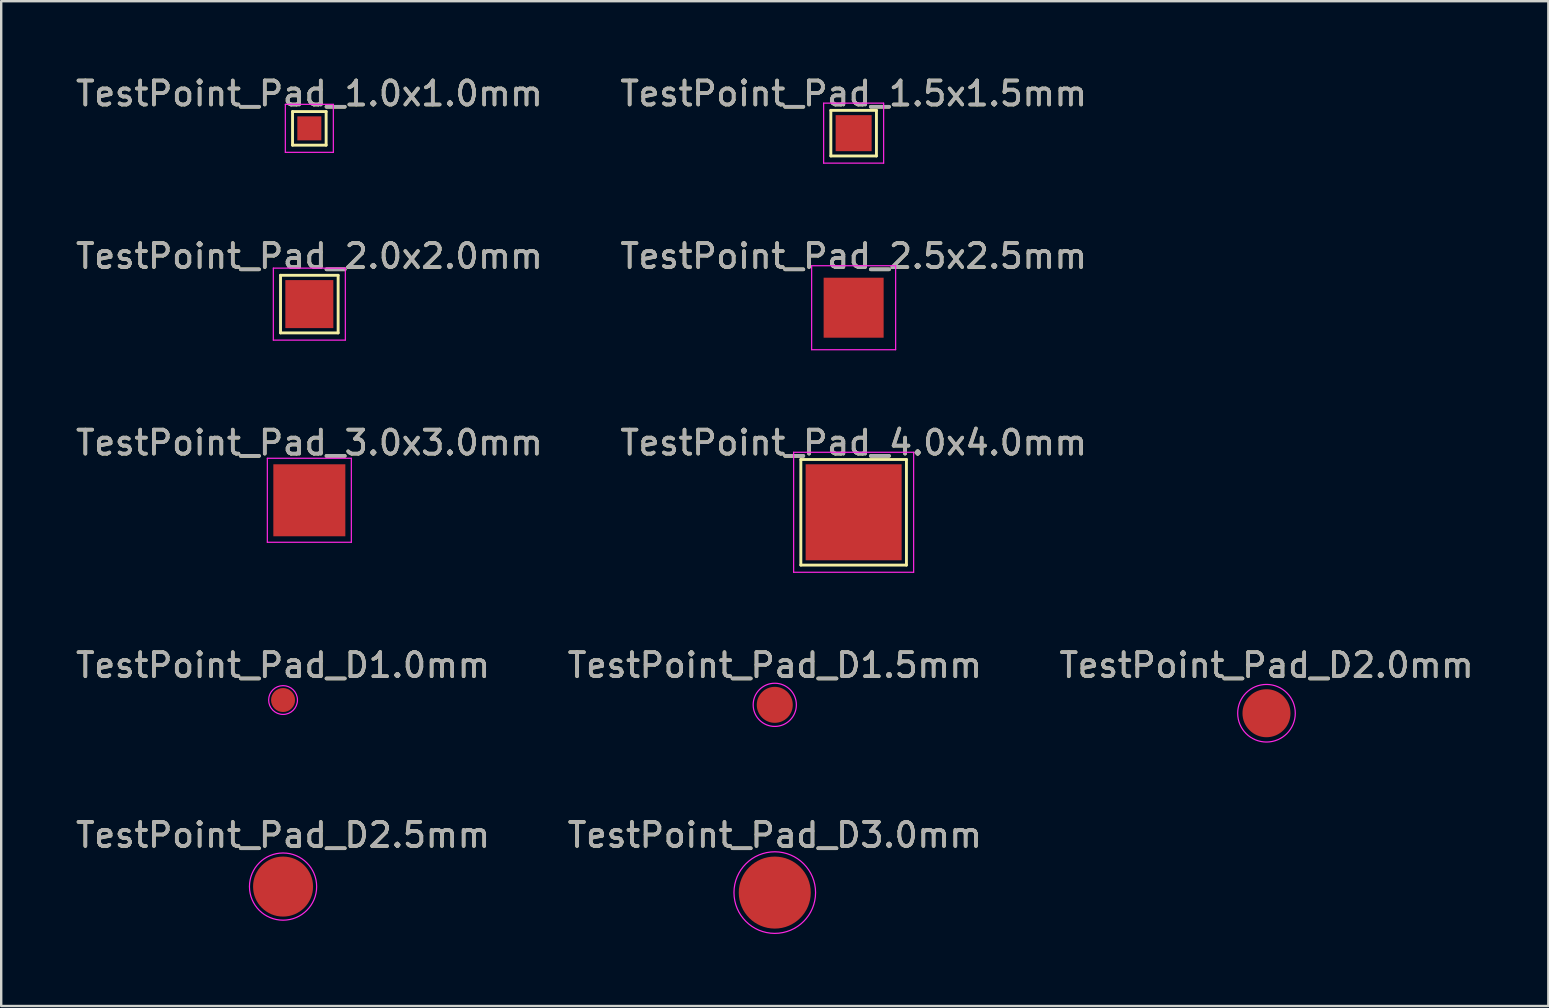
<source format=kicad_pcb>
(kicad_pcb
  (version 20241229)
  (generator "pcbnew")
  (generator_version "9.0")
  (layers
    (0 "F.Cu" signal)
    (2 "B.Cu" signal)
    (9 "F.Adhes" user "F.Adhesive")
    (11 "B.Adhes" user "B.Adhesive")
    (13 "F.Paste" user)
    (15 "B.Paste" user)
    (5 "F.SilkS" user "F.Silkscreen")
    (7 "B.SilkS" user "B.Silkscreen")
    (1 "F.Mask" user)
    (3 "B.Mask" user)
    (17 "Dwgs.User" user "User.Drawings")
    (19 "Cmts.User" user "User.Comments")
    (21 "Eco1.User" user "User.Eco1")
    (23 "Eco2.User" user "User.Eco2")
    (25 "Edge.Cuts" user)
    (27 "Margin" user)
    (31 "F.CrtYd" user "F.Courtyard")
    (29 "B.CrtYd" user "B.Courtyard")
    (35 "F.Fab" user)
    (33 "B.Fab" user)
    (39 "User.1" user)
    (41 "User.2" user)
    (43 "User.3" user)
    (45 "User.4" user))
  (footprint "TestPoint_Pad_1.0x1.0mm"
    (layer "F.Cu")
    (at 9.839 2.298)
    (property "Reference" "TestPoint_Pad_1.0x1.0mm" (at 0 -1.448 0) (layer "F.SilkS") (effects (font (size 1 1) (thickness 0.15))))
    (attr exclude_from_pos_files exclude_from_bom)
    (fp_line (start -0.7 -0.7) (end 0.7 -0.7) (stroke (width 0.12) (type solid)) (layer "F.SilkS"))
    (fp_line (start -0.7 0.7) (end -0.7 -0.7) (stroke (width 0.12) (type solid)) (layer "F.SilkS"))
    (fp_line (start 0.7 -0.7) (end 0.7 0.7) (stroke (width 0.12) (type solid)) (layer "F.SilkS"))
    (fp_line (start 0.7 0.7) (end -0.7 0.7) (stroke (width 0.12) (type solid)) (layer "F.SilkS"))
    (fp_line (start -1 -1) (end -1 1) (stroke (width 0.05) (type solid)) (layer "F.CrtYd"))
    (fp_line (start -1 -1) (end 1 -1) (stroke (width 0.05) (type solid)) (layer "F.CrtYd"))
    (fp_line (start 1 1) (end -1 1) (stroke (width 0.05) (type solid)) (layer "F.CrtYd"))
    (fp_line (start 1 1) (end 1 -1) (stroke (width 0.05) (type solid)) (layer "F.CrtYd"))
    (fp_text user "${REFERENCE}" (at 0 -1.45 0) (layer "F.Fab") (effects (font (size 1 1) (thickness 0.15))))
    (pad "1" smd rect (at 0 0) (size 1 1) (layers "F.Cu" "F.Mask")))
  (footprint "TestPoint_Pad_D2.5mm"
    (layer "F.Cu")
    (at 8.744 33.891)
    (property "Reference" "TestPoint_Pad_D2.5mm" (at 0 -2.148 0) (layer "F.SilkS") (effects (font (size 1 1) (thickness 0.15))))
    (attr exclude_from_pos_files exclude_from_bom)
    (fp_circle (center 0 0) (end 1.4 0) (stroke (width 0.05) (type solid)) (fill no) (layer "F.CrtYd"))
    (fp_text user "${REFERENCE}" (at 0 -2.15 0) (layer "F.Fab") (effects (font (size 1 1) (thickness 0.15))))
    (pad "1" smd circle (at 0 0) (size 2.5 2.5) (layers "F.Cu" "F.Mask")))
  (footprint "TestPoint_Pad_2.0x2.0mm"
    (layer "F.Cu")
    (at 9.839 9.621)
    (property "Reference" "TestPoint_Pad_2.0x2.0mm" (at 0 -1.998 0) (layer "F.SilkS") (effects (font (size 1 1) (thickness 0.15))))
    (attr exclude_from_pos_files exclude_from_bom)
    (fp_line (start -1.2 -1.2) (end 1.2 -1.2) (stroke (width 0.12) (type solid)) (layer "F.SilkS"))
    (fp_line (start -1.2 1.2) (end -1.2 -1.2) (stroke (width 0.12) (type solid)) (layer "F.SilkS"))
    (fp_line (start 1.2 -1.2) (end 1.2 1.2) (stroke (width 0.12) (type solid)) (layer "F.SilkS"))
    (fp_line (start 1.2 1.2) (end -1.2 1.2) (stroke (width 0.12) (type solid)) (layer "F.SilkS"))
    (fp_line (start -1.5 -1.5) (end -1.5 1.5) (stroke (width 0.05) (type solid)) (layer "F.CrtYd"))
    (fp_line (start -1.5 -1.5) (end 1.5 -1.5) (stroke (width 0.05) (type solid)) (layer "F.CrtYd"))
    (fp_line (start 1.5 1.5) (end -1.5 1.5) (stroke (width 0.05) (type solid)) (layer "F.CrtYd"))
    (fp_line (start 1.5 1.5) (end 1.5 -1.5) (stroke (width 0.05) (type solid)) (layer "F.CrtYd"))
    (fp_text user "${REFERENCE}" (at 0 -2 0) (layer "F.Fab") (effects (font (size 1 1) (thickness 0.15))))
    (pad "1" smd rect (at 0 0) (size 2 2) (layers "F.Cu" "F.Mask")))
  (footprint "TestPoint_Pad_D1.5mm"
    (layer "F.Cu")
    (at 29.232 26.318)
    (property "Reference" "TestPoint_Pad_D1.5mm" (at 0 -1.648 0) (layer "F.SilkS") (effects (font (size 1 1) (thickness 0.15))))
    (attr exclude_from_pos_files exclude_from_bom)
    (fp_circle (center 0 0) (end 0.9 0) (stroke (width 0.05) (type solid)) (fill no) (layer "F.CrtYd"))
    (fp_text user "${REFERENCE}" (at 0 -1.65 0) (layer "F.Fab") (effects (font (size 1 1) (thickness 0.15))))
    (pad "1" smd circle (at 0 0) (size 1.5 1.5) (layers "F.Cu" "F.Mask")))
  (footprint "TestPoint_Pad_1.5x1.5mm"
    (layer "F.Cu")
    (at 32.518 2.498)
    (property "Reference" "TestPoint_Pad_1.5x1.5mm" (at 0 -1.648 0) (layer "F.SilkS") (effects (font (size 1 1) (thickness 0.15))))
    (attr exclude_from_pos_files exclude_from_bom)
    (fp_line (start -0.95 -0.95) (end 0.95 -0.95) (stroke (width 0.12) (type solid)) (layer "F.SilkS"))
    (fp_line (start -0.95 0.95) (end -0.95 -0.95) (stroke (width 0.12) (type solid)) (layer "F.SilkS"))
    (fp_line (start 0.95 -0.95) (end 0.95 0.95) (stroke (width 0.12) (type solid)) (layer "F.SilkS"))
    (fp_line (start 0.95 0.95) (end -0.95 0.95) (stroke (width 0.12) (type solid)) (layer "F.SilkS"))
    (fp_line (start -1.25 -1.25) (end -1.25 1.25) (stroke (width 0.05) (type solid)) (layer "F.CrtYd"))
    (fp_line (start -1.25 -1.25) (end 1.25 -1.25) (stroke (width 0.05) (type solid)) (layer "F.CrtYd"))
    (fp_line (start 1.25 1.25) (end -1.25 1.25) (stroke (width 0.05) (type solid)) (layer "F.CrtYd"))
    (fp_line (start 1.25 1.25) (end 1.25 -1.25) (stroke (width 0.05) (type solid)) (layer "F.CrtYd"))
    (fp_text user "${REFERENCE}" (at 0 -1.65 0) (layer "F.Fab") (effects (font (size 1 1) (thickness 0.15))))
    (pad "1" smd rect (at 0 0) (size 1.5 1.5) (layers "F.Cu" "F.Mask")))
  (footprint "TestPoint_Pad_2.5x2.5mm"
    (layer "F.Cu")
    (at 32.518 9.771)
    (property "Reference" "TestPoint_Pad_2.5x2.5mm" (at 0 -2.148 0) (layer "F.SilkS") (effects (font (size 1 1) (thickness 0.15))))
    (attr exclude_from_pos_files exclude_from_bom)
    (fp_line (start -1.75 -1.75) (end -1.75 1.75) (stroke (width 0.05) (type solid)) (layer "F.CrtYd"))
    (fp_line (start -1.75 -1.75) (end 1.75 -1.75) (stroke (width 0.05) (type solid)) (layer "F.CrtYd"))
    (fp_line (start 1.75 1.75) (end -1.75 1.75) (stroke (width 0.05) (type solid)) (layer "F.CrtYd"))
    (fp_line (start 1.75 1.75) (end 1.75 -1.75) (stroke (width 0.05) (type solid)) (layer "F.CrtYd"))
    (fp_text user "${REFERENCE}" (at 0 -2.15 0) (layer "F.Fab") (effects (font (size 1 1) (thickness 0.15))))
    (pad "1" smd rect (at 0 0) (size 2.5 2.5) (layers "F.Cu" "F.Mask")))
  (footprint "TestPoint_Pad_D2.0mm"
    (layer "F.Cu")
    (at 49.72 26.668)
    (property "Reference" "TestPoint_Pad_D2.0mm" (at 0 -1.998 0) (layer "F.SilkS") (effects (font (size 1 1) (thickness 0.15))))
    (attr exclude_from_pos_files exclude_from_bom)
    (fp_circle (center 0 0) (end 1.2 0) (stroke (width 0.05) (type solid)) (fill no) (layer "F.CrtYd"))
    (fp_text user "${REFERENCE}" (at 0 -2 0) (layer "F.Fab") (effects (font (size 1 1) (thickness 0.15))))
    (pad "1" smd circle (at 0 0) (size 2 2) (layers "F.Cu" "F.Mask")))
  (footprint "TestPoint_Pad_3.0x3.0mm"
    (layer "F.Cu")
    (at 9.839 17.795)
    (property "Reference" "TestPoint_Pad_3.0x3.0mm" (at 0 -2.398 0) (layer "F.SilkS") (effects (font (size 1 1) (thickness 0.15))))
    (attr exclude_from_pos_files exclude_from_bom)
    (fp_line (start -1.75 -1.75) (end -1.75 1.75) (stroke (width 0.05) (type solid)) (layer "F.CrtYd"))
    (fp_line (start -1.75 -1.75) (end 1.75 -1.75) (stroke (width 0.05) (type solid)) (layer "F.CrtYd"))
    (fp_line (start 1.75 1.75) (end -1.75 1.75) (stroke (width 0.05) (type solid)) (layer "F.CrtYd"))
    (fp_line (start 1.75 1.75) (end 1.75 -1.75) (stroke (width 0.05) (type solid)) (layer "F.CrtYd"))
    (fp_text user "${REFERENCE}" (at 0 -2.4 0) (layer "F.Fab") (effects (font (size 1 1) (thickness 0.15))))
    (pad "1" smd rect (at 0 0) (size 3 3) (layers "F.Cu" "F.Mask")))
  (footprint "TestPoint_Pad_4.0x4.0mm"
    (layer "F.Cu")
    (at 32.518 18.295)
    (property "Reference" "TestPoint_Pad_4.0x4.0mm" (at 0 -2.898 0) (layer "F.SilkS") (effects (font (size 1 1) (thickness 0.15))))
    (attr exclude_from_pos_files exclude_from_bom)
    (fp_line (start -2.2 -2.2) (end 2.2 -2.2) (stroke (width 0.12) (type solid)) (layer "F.SilkS"))
    (fp_line (start -2.2 2.2) (end -2.2 -2.2) (stroke (width 0.12) (type solid)) (layer "F.SilkS"))
    (fp_line (start 2.2 -2.2) (end 2.2 2.2) (stroke (width 0.12) (type solid)) (layer "F.SilkS"))
    (fp_line (start 2.2 2.2) (end -2.2 2.2) (stroke (width 0.12) (type solid)) (layer "F.SilkS"))
    (fp_line (start -2.5 -2.5) (end -2.5 2.5) (stroke (width 0.05) (type solid)) (layer "F.CrtYd"))
    (fp_line (start -2.5 -2.5) (end 2.5 -2.5) (stroke (width 0.05) (type solid)) (layer "F.CrtYd"))
    (fp_line (start 2.5 2.5) (end -2.5 2.5) (stroke (width 0.05) (type solid)) (layer "F.CrtYd"))
    (fp_line (start 2.5 2.5) (end 2.5 -2.5) (stroke (width 0.05) (type solid)) (layer "F.CrtYd"))
    (fp_text user "${REFERENCE}" (at 0 -2.9 0) (layer "F.Fab") (effects (font (size 1 1) (thickness 0.15))))
    (pad "1" smd rect (at 0 0) (size 4 4) (layers "F.Cu" "F.Mask")))
  (footprint "TestPoint_Pad_D3.0mm"
    (layer "F.Cu")
    (at 29.232 34.141)
    (property "Reference" "TestPoint_Pad_D3.0mm" (at 0 -2.398 0) (layer "F.SilkS") (effects (font (size 1 1) (thickness 0.15))))
    (attr exclude_from_pos_files exclude_from_bom)
    (fp_circle (center 0 0) (end 1.7 0) (stroke (width 0.05) (type solid)) (fill no) (layer "F.CrtYd"))
    (fp_text user "${REFERENCE}" (at 0 -2.4 0) (layer "F.Fab") (effects (font (size 1 1) (thickness 0.15))))
    (pad "1" smd circle (at 0 0) (size 3 3) (layers "F.Cu" "F.Mask")))
  (footprint "TestPoint_Pad_D1.0mm"
    (layer "F.Cu")
    (at 8.744 26.118)
    (property "Reference" "TestPoint_Pad_D1.0mm" (at 0 -1.448 0) (layer "F.SilkS") (effects (font (size 1 1) (thickness 0.15))))
    (attr exclude_from_pos_files exclude_from_bom)
    (fp_circle (center 0 0) (end 0.6 0) (stroke (width 0.05) (type solid)) (fill no) (layer "F.CrtYd"))
    (fp_text user "${REFERENCE}" (at 0 -1.45 0) (layer "F.Fab") (effects (font (size 1 1) (thickness 0.15))))
    (pad "1" smd circle (at 0 0) (size 1 1) (layers "F.Cu" "F.Mask")))
  (gr_rect
    (start -3 -3)
    (end 61.464 38.866)
    (stroke (width 0.1) (type default))
    (fill no)
    (layer "Edge.Cuts")))
</source>
